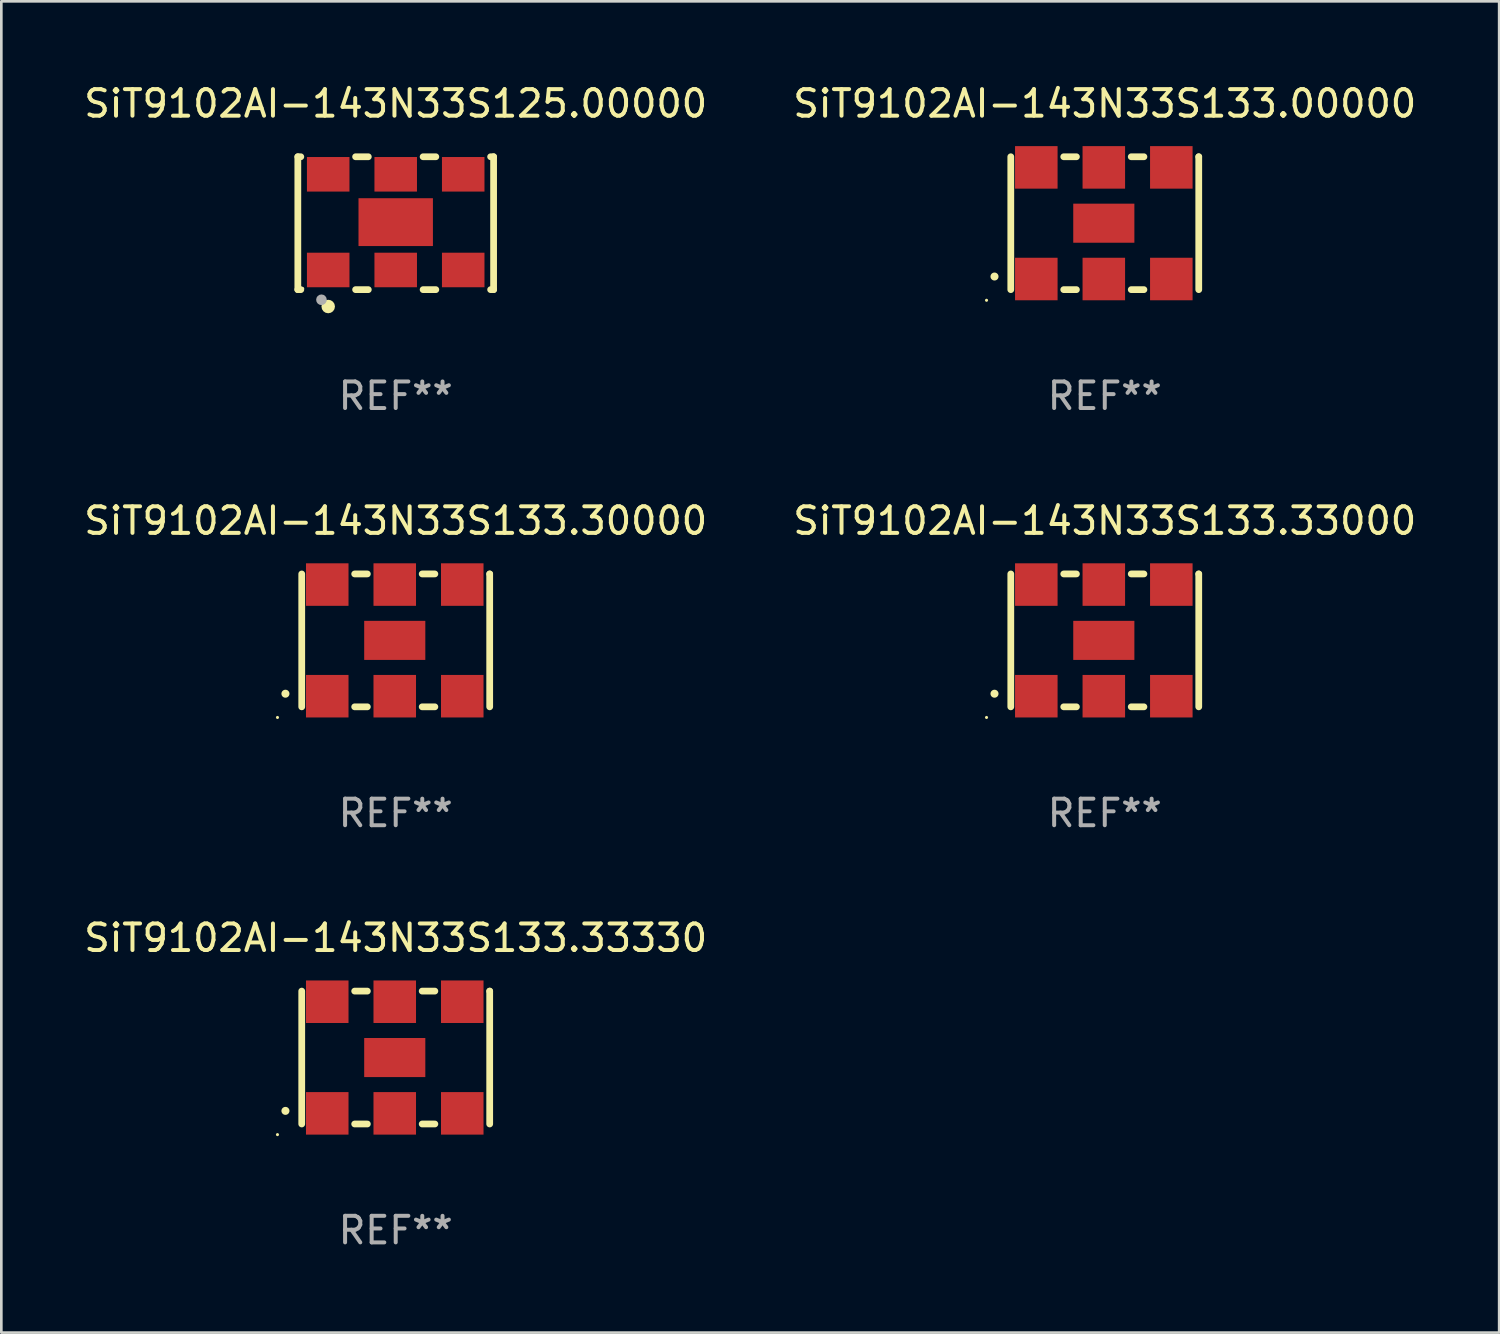
<source format=kicad_pcb>
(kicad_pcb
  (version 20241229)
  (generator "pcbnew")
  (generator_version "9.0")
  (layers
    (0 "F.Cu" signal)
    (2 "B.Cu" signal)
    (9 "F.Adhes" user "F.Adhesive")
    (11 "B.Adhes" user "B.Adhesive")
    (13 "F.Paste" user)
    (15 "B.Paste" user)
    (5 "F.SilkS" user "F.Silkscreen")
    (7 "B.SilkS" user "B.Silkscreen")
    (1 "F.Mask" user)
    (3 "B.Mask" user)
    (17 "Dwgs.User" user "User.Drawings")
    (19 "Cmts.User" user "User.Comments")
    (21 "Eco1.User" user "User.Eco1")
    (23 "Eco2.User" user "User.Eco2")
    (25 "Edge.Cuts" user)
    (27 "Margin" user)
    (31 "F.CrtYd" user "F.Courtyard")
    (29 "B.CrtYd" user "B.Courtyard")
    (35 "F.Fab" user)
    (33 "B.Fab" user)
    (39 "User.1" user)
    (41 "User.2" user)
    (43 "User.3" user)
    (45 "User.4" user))
  (footprint "SiT9102AI-143N33S133.00000"
    (layer "F.Cu")
    (at 38.518 5.348)
    (property "Reference" "SiT9102AI-143N33S133.00000" (at 0 -4.5 0) (layer "F.SilkS") (effects (font (size 1 1) (thickness 0.15))))
    (attr through_hole)
    (fp_line (start -3.536 -2.5) (end -3.536 2.5) (stroke (width 0.254) (type solid)) (layer "F.SilkS"))
    (fp_line (start -1.544 2.5) (end -1.067 2.5) (stroke (width 0.254) (type solid)) (layer "F.SilkS"))
    (fp_line (start -1.067 -2.5) (end -1.544 -2.5) (stroke (width 0.254) (type solid)) (layer "F.SilkS"))
    (fp_line (start 0.996 2.5) (end 1.473 2.5) (stroke (width 0.254) (type solid)) (layer "F.SilkS"))
    (fp_line (start 1.473 -2.5) (end 0.996 -2.5) (stroke (width 0.254) (type solid)) (layer "F.SilkS"))
    (fp_line (start 3.536 -2.5) (end 3.536 -2.5) (stroke (width 0.254) (type solid)) (layer "F.SilkS"))
    (fp_line (start 3.536 2.5) (end 3.536 -2.5) (stroke (width 0.254) (type solid)) (layer "F.SilkS"))
    (fp_arc (start -4.150432 2.006604) (mid -4.149162 2.006599) (end -4.147892 2.006604) (stroke (width 0.3) (type solid)) (layer "F.SilkS"))
    (fp_circle (center -4.449 2.9) (end -4.419 2.9) (stroke (width 0.06) (type solid)) (fill no) (layer "F.SilkS"))
    (fp_text user "REF**" (at 0 6.5 0) (layer "F.Fab") (effects (font (size 1 1) (thickness 0.15))))
    (pad "1" smd rect (at -2.576 2.1) (size 1.6 1.6) (layers "F.Cu" "F.Mask" "F.Paste"))
    (pad "2" smd rect (at -0.036 2.1) (size 1.6 1.6) (layers "F.Cu" "F.Mask" "F.Paste"))
    (pad "3" smd rect (at 2.504 2.1) (size 1.6 1.6) (layers "F.Cu" "F.Mask" "F.Paste"))
    (pad "4" smd rect (at 2.504 -2.1) (size 1.6 1.6) (layers "F.Cu" "F.Mask" "F.Paste"))
    (pad "5" smd rect (at -0.036 -2.1) (size 1.6 1.6) (layers "F.Cu" "F.Mask" "F.Paste"))
    (pad "6" smd rect (at -2.576 -2.1) (size 1.6 1.6) (layers "F.Cu" "F.Mask" "F.Paste"))
    (pad "7" smd rect (at -0.036 0) (size 2.3 1.47) (layers "F.Cu" "F.Mask" "F.Paste")))
  (footprint "SiT9102AI-143N33S133.33000"
    (layer "F.Cu")
    (at 38.518 21.045)
    (property "Reference" "SiT9102AI-143N33S133.33000" (at 0 -4.5 0) (layer "F.SilkS") (effects (font (size 1 1) (thickness 0.15))))
    (attr through_hole)
    (fp_line (start -3.536 -2.5) (end -3.536 2.5) (stroke (width 0.254) (type solid)) (layer "F.SilkS"))
    (fp_line (start -1.544 2.5) (end -1.067 2.5) (stroke (width 0.254) (type solid)) (layer "F.SilkS"))
    (fp_line (start -1.067 -2.5) (end -1.544 -2.5) (stroke (width 0.254) (type solid)) (layer "F.SilkS"))
    (fp_line (start 0.996 2.5) (end 1.473 2.5) (stroke (width 0.254) (type solid)) (layer "F.SilkS"))
    (fp_line (start 1.473 -2.5) (end 0.996 -2.5) (stroke (width 0.254) (type solid)) (layer "F.SilkS"))
    (fp_line (start 3.536 -2.5) (end 3.536 -2.5) (stroke (width 0.254) (type solid)) (layer "F.SilkS"))
    (fp_line (start 3.536 2.5) (end 3.536 -2.5) (stroke (width 0.254) (type solid)) (layer "F.SilkS"))
    (fp_arc (start -4.150432 2.006604) (mid -4.149162 2.006599) (end -4.147892 2.006604) (stroke (width 0.3) (type solid)) (layer "F.SilkS"))
    (fp_circle (center -4.449 2.9) (end -4.419 2.9) (stroke (width 0.06) (type solid)) (fill no) (layer "F.SilkS"))
    (fp_text user "REF**" (at 0 6.5 0) (layer "F.Fab") (effects (font (size 1 1) (thickness 0.15))))
    (pad "1" smd rect (at -2.576 2.1) (size 1.6 1.6) (layers "F.Cu" "F.Mask" "F.Paste"))
    (pad "2" smd rect (at -0.036 2.1) (size 1.6 1.6) (layers "F.Cu" "F.Mask" "F.Paste"))
    (pad "3" smd rect (at 2.504 2.1) (size 1.6 1.6) (layers "F.Cu" "F.Mask" "F.Paste"))
    (pad "4" smd rect (at 2.504 -2.1) (size 1.6 1.6) (layers "F.Cu" "F.Mask" "F.Paste"))
    (pad "5" smd rect (at -0.036 -2.1) (size 1.6 1.6) (layers "F.Cu" "F.Mask" "F.Paste"))
    (pad "6" smd rect (at -2.576 -2.1) (size 1.6 1.6) (layers "F.Cu" "F.Mask" "F.Paste"))
    (pad "7" smd rect (at -0.036 0) (size 2.3 1.47) (layers "F.Cu" "F.Mask" "F.Paste")))
  (footprint "SiT9102AI-143N33S133.30000"
    (layer "F.Cu")
    (at 11.839 21.045)
    (property "Reference" "SiT9102AI-143N33S133.30000" (at 0 -4.5 0) (layer "F.SilkS") (effects (font (size 1 1) (thickness 0.15))))
    (attr through_hole)
    (fp_line (start -3.536 -2.5) (end -3.536 2.5) (stroke (width 0.254) (type solid)) (layer "F.SilkS"))
    (fp_line (start -1.544 2.5) (end -1.067 2.5) (stroke (width 0.254) (type solid)) (layer "F.SilkS"))
    (fp_line (start -1.067 -2.5) (end -1.544 -2.5) (stroke (width 0.254) (type solid)) (layer "F.SilkS"))
    (fp_line (start 0.996 2.5) (end 1.473 2.5) (stroke (width 0.254) (type solid)) (layer "F.SilkS"))
    (fp_line (start 1.473 -2.5) (end 0.996 -2.5) (stroke (width 0.254) (type solid)) (layer "F.SilkS"))
    (fp_line (start 3.536 -2.5) (end 3.536 -2.5) (stroke (width 0.254) (type solid)) (layer "F.SilkS"))
    (fp_line (start 3.536 2.5) (end 3.536 -2.5) (stroke (width 0.254) (type solid)) (layer "F.SilkS"))
    (fp_arc (start -4.150432 2.006604) (mid -4.149162 2.006599) (end -4.147892 2.006604) (stroke (width 0.3) (type solid)) (layer "F.SilkS"))
    (fp_circle (center -4.449 2.9) (end -4.419 2.9) (stroke (width 0.06) (type solid)) (fill no) (layer "F.SilkS"))
    (fp_text user "REF**" (at 0 6.5 0) (layer "F.Fab") (effects (font (size 1 1) (thickness 0.15))))
    (pad "1" smd rect (at -2.576 2.1) (size 1.6 1.6) (layers "F.Cu" "F.Mask" "F.Paste"))
    (pad "2" smd rect (at -0.036 2.1) (size 1.6 1.6) (layers "F.Cu" "F.Mask" "F.Paste"))
    (pad "3" smd rect (at 2.504 2.1) (size 1.6 1.6) (layers "F.Cu" "F.Mask" "F.Paste"))
    (pad "4" smd rect (at 2.504 -2.1) (size 1.6 1.6) (layers "F.Cu" "F.Mask" "F.Paste"))
    (pad "5" smd rect (at -0.036 -2.1) (size 1.6 1.6) (layers "F.Cu" "F.Mask" "F.Paste"))
    (pad "6" smd rect (at -2.576 -2.1) (size 1.6 1.6) (layers "F.Cu" "F.Mask" "F.Paste"))
    (pad "7" smd rect (at -0.036 0) (size 2.3 1.47) (layers "F.Cu" "F.Mask" "F.Paste")))
  (footprint "SiT9102AI-143N33S133.33330"
    (layer "F.Cu")
    (at 11.839 36.741)
    (property "Reference" "SiT9102AI-143N33S133.33330" (at 0 -4.5 0) (layer "F.SilkS") (effects (font (size 1 1) (thickness 0.15))))
    (attr through_hole)
    (fp_line (start -3.536 -2.5) (end -3.536 2.5) (stroke (width 0.254) (type solid)) (layer "F.SilkS"))
    (fp_line (start -1.544 2.5) (end -1.067 2.5) (stroke (width 0.254) (type solid)) (layer "F.SilkS"))
    (fp_line (start -1.067 -2.5) (end -1.544 -2.5) (stroke (width 0.254) (type solid)) (layer "F.SilkS"))
    (fp_line (start 0.996 2.5) (end 1.473 2.5) (stroke (width 0.254) (type solid)) (layer "F.SilkS"))
    (fp_line (start 1.473 -2.5) (end 0.996 -2.5) (stroke (width 0.254) (type solid)) (layer "F.SilkS"))
    (fp_line (start 3.536 -2.5) (end 3.536 -2.5) (stroke (width 0.254) (type solid)) (layer "F.SilkS"))
    (fp_line (start 3.536 2.5) (end 3.536 -2.5) (stroke (width 0.254) (type solid)) (layer "F.SilkS"))
    (fp_arc (start -4.150432 2.006604) (mid -4.149162 2.006599) (end -4.147892 2.006604) (stroke (width 0.3) (type solid)) (layer "F.SilkS"))
    (fp_circle (center -4.449 2.9) (end -4.419 2.9) (stroke (width 0.06) (type solid)) (fill no) (layer "F.SilkS"))
    (fp_text user "REF**" (at 0 6.5 0) (layer "F.Fab") (effects (font (size 1 1) (thickness 0.15))))
    (pad "1" smd rect (at -2.576 2.1) (size 1.6 1.6) (layers "F.Cu" "F.Mask" "F.Paste"))
    (pad "2" smd rect (at -0.036 2.1) (size 1.6 1.6) (layers "F.Cu" "F.Mask" "F.Paste"))
    (pad "3" smd rect (at 2.504 2.1) (size 1.6 1.6) (layers "F.Cu" "F.Mask" "F.Paste"))
    (pad "4" smd rect (at 2.504 -2.1) (size 1.6 1.6) (layers "F.Cu" "F.Mask" "F.Paste"))
    (pad "5" smd rect (at -0.036 -2.1) (size 1.6 1.6) (layers "F.Cu" "F.Mask" "F.Paste"))
    (pad "6" smd rect (at -2.576 -2.1) (size 1.6 1.6) (layers "F.Cu" "F.Mask" "F.Paste"))
    (pad "7" smd rect (at -0.036 0) (size 2.3 1.47) (layers "F.Cu" "F.Mask" "F.Paste")))
  (footprint "SiT9102AI-143N33S125.00000"
    (layer "F.Cu")
    (at 11.839 5.348)
    (property "Reference" "SiT9102AI-143N33S125.00000" (at 0 -4.5 0) (layer "F.SilkS") (effects (font (size 1 1) (thickness 0.15))))
    (attr through_hole)
    (fp_line (start -3.683 -2.5) (end -3.571 -2.5) (stroke (width 0.254) (type solid)) (layer "F.SilkS"))
    (fp_line (start -3.683 2.5) (end -3.683 -2.5) (stroke (width 0.254) (type solid)) (layer "F.SilkS"))
    (fp_line (start -3.683 2.5) (end -3.571 2.5) (stroke (width 0.254) (type solid)) (layer "F.SilkS"))
    (fp_line (start -1.509 -2.5) (end -1.031 -2.5) (stroke (width 0.254) (type solid)) (layer "F.SilkS"))
    (fp_line (start -1.509 2.5) (end -1.031 2.5) (stroke (width 0.254) (type solid)) (layer "F.SilkS"))
    (fp_line (start 1.031 -2.5) (end 1.509 -2.5) (stroke (width 0.254) (type solid)) (layer "F.SilkS"))
    (fp_line (start 1.031 2.5) (end 1.509 2.5) (stroke (width 0.254) (type solid)) (layer "F.SilkS"))
    (fp_line (start 3.571 -2.5) (end 3.683 -2.5) (stroke (width 0.254) (type solid)) (layer "F.SilkS"))
    (fp_line (start 3.571 2.5) (end 3.683 2.5) (stroke (width 0.254) (type solid)) (layer "F.SilkS"))
    (fp_line (start 3.683 2.5) (end 3.683 -2.5) (stroke (width 0.254) (type solid)) (layer "F.SilkS"))
    (fp_circle (center -3.5 2.46) (end -3.47 2.46) (stroke (width 0.06) (type solid)) (fill no) (layer "F.SilkS"))
    (fp_circle (center -2.54 3.135) (end -2.413 3.135) (stroke (width 0.254) (type solid)) (fill no) (layer "F.SilkS"))
    (fp_circle (center -2.794 2.881) (end -2.694 2.881) (stroke (width 0.2) (type solid)) (fill no) (layer "F.Fab"))
    (fp_text user "REF**" (at 0 6.5 0) (layer "F.Fab") (effects (font (size 1 1) (thickness 0.15))))
    (pad "1" smd rect (at -2.54 1.76) (size 1.6 1.3) (layers "F.Cu" "F.Mask" "F.Paste"))
    (pad "2" smd rect (at 0 1.76) (size 1.6 1.3) (layers "F.Cu" "F.Mask" "F.Paste"))
    (pad "3" smd rect (at 2.54 1.76) (size 1.6 1.3) (layers "F.Cu" "F.Mask" "F.Paste"))
    (pad "4" smd rect (at 2.54 -1.84) (size 1.6 1.3) (layers "F.Cu" "F.Mask" "F.Paste"))
    (pad "5" smd rect (at 0 -1.84) (size 1.6 1.3) (layers "F.Cu" "F.Mask" "F.Paste"))
    (pad "6" smd rect (at -2.54 -1.84) (size 1.6 1.3) (layers "F.Cu" "F.Mask" "F.Paste"))
    (pad "7" smd rect (at 0 -0.04) (size 2.8 1.8) (layers "F.Cu" "F.Mask" "F.Paste")))
  (gr_rect
    (start -3 -3)
    (end 53.357 47.09)
    (stroke (width 0.1) (type default))
    (fill no)
    (layer "Edge.Cuts")))
</source>
